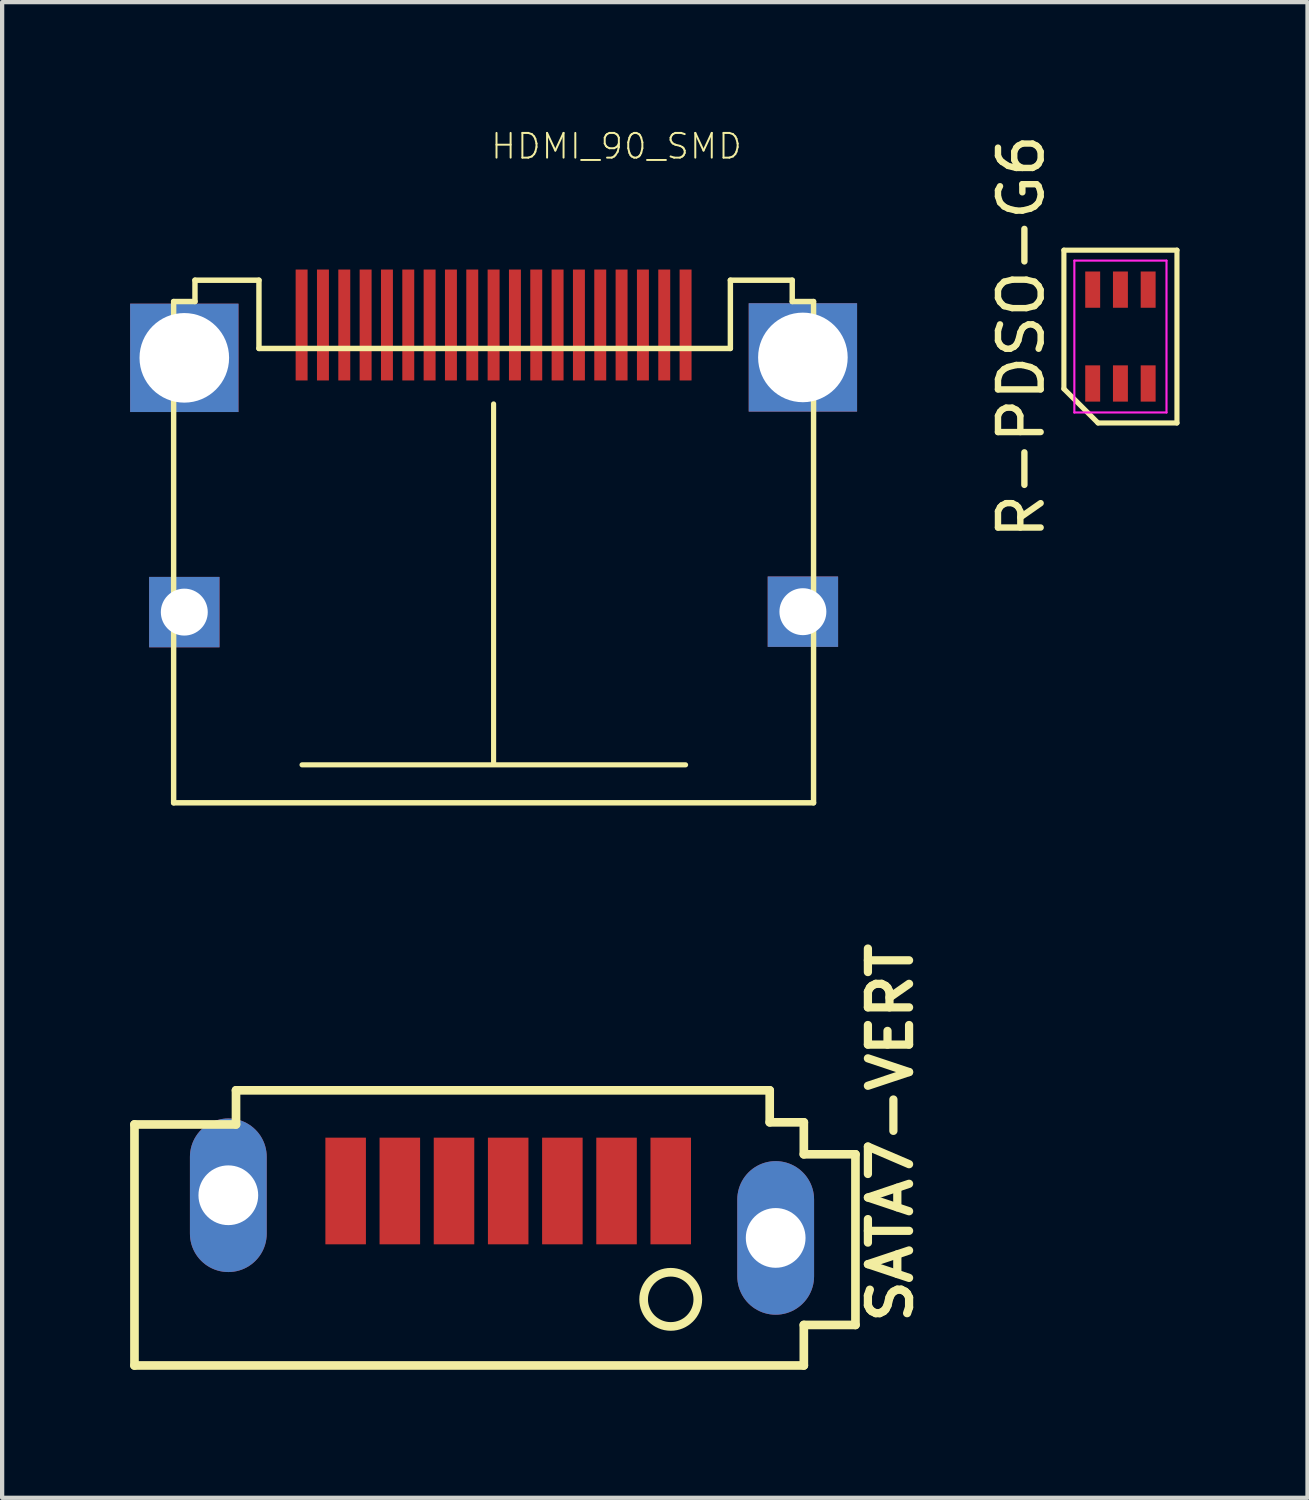
<source format=kicad_pcb>
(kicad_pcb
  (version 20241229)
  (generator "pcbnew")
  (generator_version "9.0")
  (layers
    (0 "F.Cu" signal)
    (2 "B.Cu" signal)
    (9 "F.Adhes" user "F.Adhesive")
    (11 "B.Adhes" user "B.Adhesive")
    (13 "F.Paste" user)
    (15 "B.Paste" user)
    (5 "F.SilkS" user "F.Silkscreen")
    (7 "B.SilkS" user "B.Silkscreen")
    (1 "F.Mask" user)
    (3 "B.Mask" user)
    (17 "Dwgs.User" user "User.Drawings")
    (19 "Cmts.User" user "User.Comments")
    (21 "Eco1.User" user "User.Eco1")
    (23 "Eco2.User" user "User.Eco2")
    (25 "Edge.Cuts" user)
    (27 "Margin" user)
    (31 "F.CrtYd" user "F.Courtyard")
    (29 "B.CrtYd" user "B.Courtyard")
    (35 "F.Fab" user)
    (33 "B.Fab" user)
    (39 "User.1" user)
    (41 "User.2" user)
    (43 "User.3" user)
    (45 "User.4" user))
  (footprint "R-PDSO-G6"
    (layer "F.Cu")
    (at 23.213 4.839)
    (property "Reference" "R-PDSO-G6" (at -2.325 0 90) (layer "F.SilkS") (effects (font (size 1 1) (thickness 0.15))))
    (attr smd)
    (fp_line (start -1.325 -2.025) (end 1.325 -2.025) (stroke (width 0.12) (type solid)) (layer "F.SilkS"))
    (fp_line (start -1.325 1.225) (end -1.325 -2.025) (stroke (width 0.12) (type solid)) (layer "F.SilkS"))
    (fp_line (start -0.525 2.025) (end -1.325 1.225) (stroke (width 0.12) (type solid)) (layer "F.SilkS"))
    (fp_line (start 1.325 -2.025) (end 1.325 2.025) (stroke (width 0.12) (type solid)) (layer "F.SilkS"))
    (fp_line (start 1.325 2.025) (end -0.525 2.025) (stroke (width 0.12) (type solid)) (layer "F.SilkS"))
    (fp_line (start -1.08 -1.78) (end 1.08 -1.78) (stroke (width 0.05) (type solid)) (layer "F.CrtYd"))
    (fp_line (start -1.08 1.78) (end -1.08 -1.78) (stroke (width 0.05) (type solid)) (layer "F.CrtYd"))
    (fp_line (start 1.08 -1.78) (end 1.08 1.78) (stroke (width 0.05) (type solid)) (layer "F.CrtYd"))
    (fp_line (start 1.08 1.78) (end -1.08 1.78) (stroke (width 0.05) (type solid)) (layer "F.CrtYd"))
    (pad "1" smd rect (at -0.65 1.1) (size 0.35 0.85) (layers "F.Cu" "F.Mask" "F.Paste"))
    (pad "2" smd rect (at 0 1.1) (size 0.35 0.85) (layers "F.Cu" "F.Mask" "F.Paste"))
    (pad "3" smd rect (at 0.65 1.1) (size 0.35 0.85) (layers "F.Cu" "F.Mask" "F.Paste"))
    (pad "4" smd rect (at 0.65 -1.1) (size 0.35 0.85) (layers "F.Cu" "F.Mask" "F.Paste"))
    (pad "5" smd rect (at 0 -1.1) (size 0.35 0.85) (layers "F.Cu" "F.Mask" "F.Paste"))
    (pad "6" smd rect (at -0.65 -1.1) (size 0.35 0.85) (layers "F.Cu" "F.Mask" "F.Paste")))
  (footprint "SATA7-VERT"
    (layer "F.Cu")
    (at 8.862 24.867)
    (property "Reference" "SATA7-VERT" (at 9.525 3.175 90) (layer "F.SilkS") (effects (font (size 0.965 0.965) (thickness 0.193)) (justify left bottom)))
    (attr through_hole)
    (fp_line (start -8.76 -1.56) (end -6.38 -1.56) (stroke (width 0.203) (type solid)) (layer "F.SilkS"))
    (fp_line (start -8.76 4.09) (end -8.76 -1.56) (stroke (width 0.203) (type solid)) (layer "F.SilkS"))
    (fp_line (start -6.38 -2.36) (end 6.13 -2.36) (stroke (width 0.203) (type solid)) (layer "F.SilkS"))
    (fp_line (start -6.38 -1.56) (end -6.38 -2.36) (stroke (width 0.203) (type solid)) (layer "F.SilkS"))
    (fp_line (start 6.13 -2.36) (end 6.13 -1.61) (stroke (width 0.203) (type solid)) (layer "F.SilkS"))
    (fp_line (start 6.13 -1.61) (end 6.93 -1.61) (stroke (width 0.203) (type solid)) (layer "F.SilkS"))
    (fp_line (start 6.93 -1.61) (end 6.93 -0.86) (stroke (width 0.203) (type solid)) (layer "F.SilkS"))
    (fp_line (start 6.93 -0.86) (end 8.14 -0.86) (stroke (width 0.203) (type solid)) (layer "F.SilkS"))
    (fp_line (start 6.93 3.14) (end 6.93 4.09) (stroke (width 0.203) (type solid)) (layer "F.SilkS"))
    (fp_line (start 6.93 4.09) (end -8.76 4.09) (stroke (width 0.203) (type solid)) (layer "F.SilkS"))
    (fp_line (start 8.14 -0.86) (end 8.14 3.14) (stroke (width 0.203) (type solid)) (layer "F.SilkS"))
    (fp_line (start 8.14 3.14) (end 6.93 3.14) (stroke (width 0.203) (type solid)) (layer "F.SilkS"))
    (fp_circle (center 3.81 2.54) (end 4.445 2.54) (stroke (width 0.203) (type solid)) (fill no) (layer "F.SilkS"))
    (pad "1" smd rect (at 3.81 0) (size 0.95 2.5) (layers "F.Cu" "F.Mask" "F.Paste"))
    (pad "2" smd rect (at 2.54 0) (size 0.95 2.5) (layers "F.Cu" "F.Mask" "F.Paste"))
    (pad "3" smd rect (at 1.27 0) (size 0.95 2.5) (layers "F.Cu" "F.Mask" "F.Paste"))
    (pad "4" smd rect (at 0 0) (size 0.95 2.5) (layers "F.Cu" "F.Mask" "F.Paste"))
    (pad "5" smd rect (at -1.27 0) (size 0.95 2.5) (layers "F.Cu" "F.Mask" "F.Paste"))
    (pad "6" smd rect (at -2.54 0) (size 0.95 2.5) (layers "F.Cu" "F.Mask" "F.Paste"))
    (pad "7" smd rect (at -3.81 0) (size 0.95 2.5) (layers "F.Cu" "F.Mask" "F.Paste"))
    (pad "M1" thru_hole oval (at -6.56 0.1 90) (size 3.6 1.8) (drill 1.4) (layers "*.Cu" "*.Mask"))
    (pad "M2" thru_hole oval (at 6.27 1.1 90) (size 3.6 1.8) (drill 1.4) (layers "*.Cu" "*.Mask")))
  (footprint "HDMI_90_SMD"
    (layer "F.Cu")
    (at 13.02 4.568)
    (property "Reference" "HDMI_90_SMD" (at -4.6 -3.85 0) (layer "F.SilkS") (effects (font (size 0.579 0.579) (thickness 0.046)) (justify left bottom)))
    (attr through_hole)
    (fp_line (start -12 -0.55) (end -11.5 -0.55) (stroke (width 0.127) (type solid)) (layer "F.SilkS"))
    (fp_line (start -12 11.2) (end -12 -0.55) (stroke (width 0.127) (type solid)) (layer "F.SilkS"))
    (fp_line (start -11.5 -1.05) (end -10 -1.05) (stroke (width 0.127) (type solid)) (layer "F.SilkS"))
    (fp_line (start -11.5 -0.55) (end -11.5 -1.05) (stroke (width 0.127) (type solid)) (layer "F.SilkS"))
    (fp_line (start -10 -1.05) (end -10 0.55) (stroke (width 0.127) (type solid)) (layer "F.SilkS"))
    (fp_line (start -10 0.55) (end 1.05 0.55) (stroke (width 0.127) (type solid)) (layer "F.SilkS"))
    (fp_line (start -8.99 10.31) (end 0 10.31) (stroke (width 0.12) (type solid)) (layer "F.SilkS"))
    (fp_line (start -4.5 1.85) (end -4.5 10.3) (stroke (width 0.12) (type solid)) (layer "F.SilkS"))
    (fp_line (start 1.05 -1.05) (end 2.5 -1.05) (stroke (width 0.127) (type solid)) (layer "F.SilkS"))
    (fp_line (start 1.05 0.55) (end 1.05 -1.05) (stroke (width 0.127) (type solid)) (layer "F.SilkS"))
    (fp_line (start 2.5 -1.05) (end 2.5 -0.55) (stroke (width 0.127) (type solid)) (layer "F.SilkS"))
    (fp_line (start 2.5 -0.55) (end 3 -0.55) (stroke (width 0.127) (type solid)) (layer "F.SilkS"))
    (fp_line (start 3 -0.55) (end 3 11.2) (stroke (width 0.127) (type solid)) (layer "F.SilkS"))
    (fp_line (start 3 11.2) (end -12 11.2) (stroke (width 0.127) (type solid)) (layer "F.SilkS"))
    (pad "1" smd rect (at 0 0) (size 0.28 2.6) (layers "F.Cu" "F.Mask" "F.Paste"))
    (pad "2" smd rect (at -0.5 0) (size 0.28 2.6) (layers "F.Cu" "F.Mask" "F.Paste"))
    (pad "3" smd rect (at -1 0) (size 0.28 2.6) (layers "F.Cu" "F.Mask" "F.Paste"))
    (pad "4" smd rect (at -1.5 0) (size 0.28 2.6) (layers "F.Cu" "F.Mask" "F.Paste"))
    (pad "5" smd rect (at -2 0) (size 0.28 2.6) (layers "F.Cu" "F.Mask" "F.Paste"))
    (pad "6" smd rect (at -2.5 0) (size 0.28 2.6) (layers "F.Cu" "F.Mask" "F.Paste"))
    (pad "7" smd rect (at -3 0) (size 0.28 2.6) (layers "F.Cu" "F.Mask" "F.Paste"))
    (pad "8" smd rect (at -3.5 0) (size 0.28 2.6) (layers "F.Cu" "F.Mask" "F.Paste"))
    (pad "9" smd rect (at -4 0) (size 0.28 2.6) (layers "F.Cu" "F.Mask" "F.Paste"))
    (pad "10" smd rect (at -4.5 0) (size 0.28 2.6) (layers "F.Cu" "F.Mask" "F.Paste"))
    (pad "11" smd rect (at -5 0) (size 0.28 2.6) (layers "F.Cu" "F.Mask" "F.Paste"))
    (pad "12" smd rect (at -5.5 0) (size 0.28 2.6) (layers "F.Cu" "F.Mask" "F.Paste"))
    (pad "13" smd rect (at -6 0) (size 0.28 2.6) (layers "F.Cu" "F.Mask" "F.Paste"))
    (pad "14" smd rect (at -6.5 0) (size 0.28 2.6) (layers "F.Cu" "F.Mask" "F.Paste"))
    (pad "15" smd rect (at -7 0) (size 0.28 2.6) (layers "F.Cu" "F.Mask" "F.Paste"))
    (pad "16" smd rect (at -7.5 0) (size 0.28 2.6) (layers "F.Cu" "F.Mask" "F.Paste"))
    (pad "17" smd rect (at -8 0) (size 0.28 2.6) (layers "F.Cu" "F.Mask" "F.Paste"))
    (pad "18" smd rect (at -8.5 0) (size 0.28 2.6) (layers "F.Cu" "F.Mask" "F.Paste"))
    (pad "19" smd rect (at -9 0) (size 0.28 2.6) (layers "F.Cu" "F.Mask" "F.Paste"))
    (pad "P$1" thru_hole rect (at -11.75 6.73 90) (size 1.65 1.65) (drill 1.1) (layers "*.Cu" "*.Mask"))
    (pad "P$2" thru_hole rect (at 2.75 6.72 90) (size 1.65 1.65) (drill 1.1) (layers "*.Cu" "*.Mask"))
    (pad "P$3" thru_hole rect (at -11.75 0.77 90) (size 2.54 2.54) (drill 2.1) (layers "*.Cu" "*.Mask"))
    (pad "P$4" thru_hole rect (at 2.75 0.76 90) (size 2.54 2.54) (drill 2.1) (layers "*.Cu" "*.Mask")))
  (gr_rect
    (start -3 -3)
    (end 27.598 32.059)
    (stroke (width 0.1) (type default))
    (fill no)
    (layer "Edge.Cuts")))
</source>
